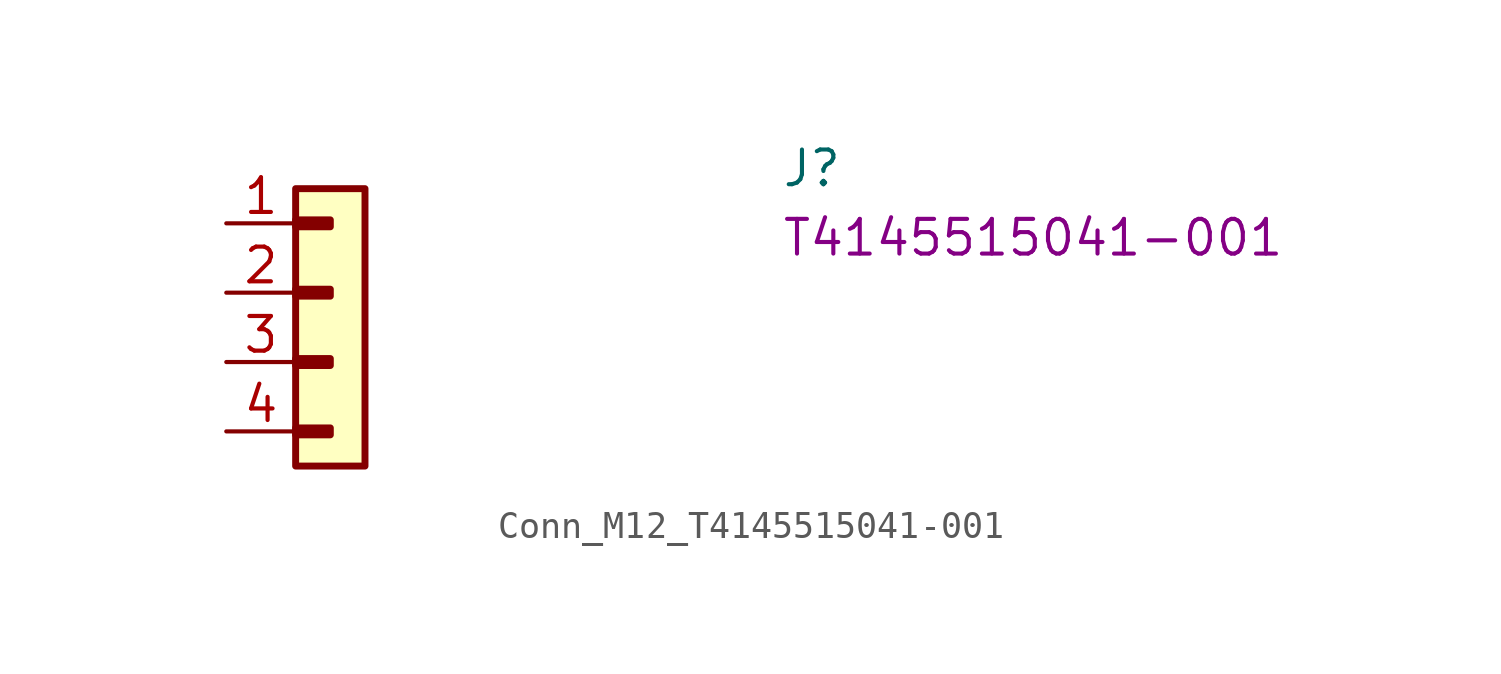
<source format=kicad_sym>
(kicad_symbol_lib
  (version 20220914)
  (generator kicad_symbol_editor)
  (symbol "Conn_M12_T4145515041-001"
    (property "Reference" "J"
      (at 20.32 1.27 0)
      (effects (font (size 1.27 1.27) (thickness 0.15)) (justify left bottom)))
    (property "MPN" "T4145515041-001"
      (at 20.32 -1.27 0)
      (effects (font (size 1.27 1.27) (thickness 0.15)) (justify left bottom)))
    (symbol "Conn_M12_T4145515041-001_1_1"
      (rectangle (start 2.54 -7.493) (end 3.81 -7.747) (stroke (width 0.254) (type default)) (fill (type background)))
      (rectangle (start 2.54 -4.953) (end 3.81 -5.207) (stroke (width 0.254) (type default)) (fill (type background)))
      (rectangle (start 2.54 -2.413) (end 3.81 -2.667) (stroke (width 0.254) (type default)) (fill (type background)))
      (rectangle (start 2.54 0.127) (end 3.81 -0.127) (stroke (width 0.254) (type default)) (fill (type background)))
      (rectangle (start 2.54 1.27) (end 5.08 -8.89) (stroke (width 0.254) (type default)) (fill (type background)))
      (pin passive line (at 0 0 0) (length 2.54) (name "~" (effects (font (size 1.27 1.27)))) (number "1" (effects (font (size 1.27 1.27)))))
      (pin passive line (at 0 -2.54 0) (length 2.54) (name "~" (effects (font (size 1.27 1.27)))) (number "2" (effects (font (size 1.27 1.27)))))
      (pin passive line (at 0 -5.08 0) (length 2.54) (name "~" (effects (font (size 1.27 1.27)))) (number "3" (effects (font (size 1.27 1.27)))))
      (pin passive line (at 0 -7.62 0) (length 2.54) (name "~" (effects (font (size 1.27 1.27)))) (number "4" (effects (font (size 1.27 1.27))))))))
</source>
